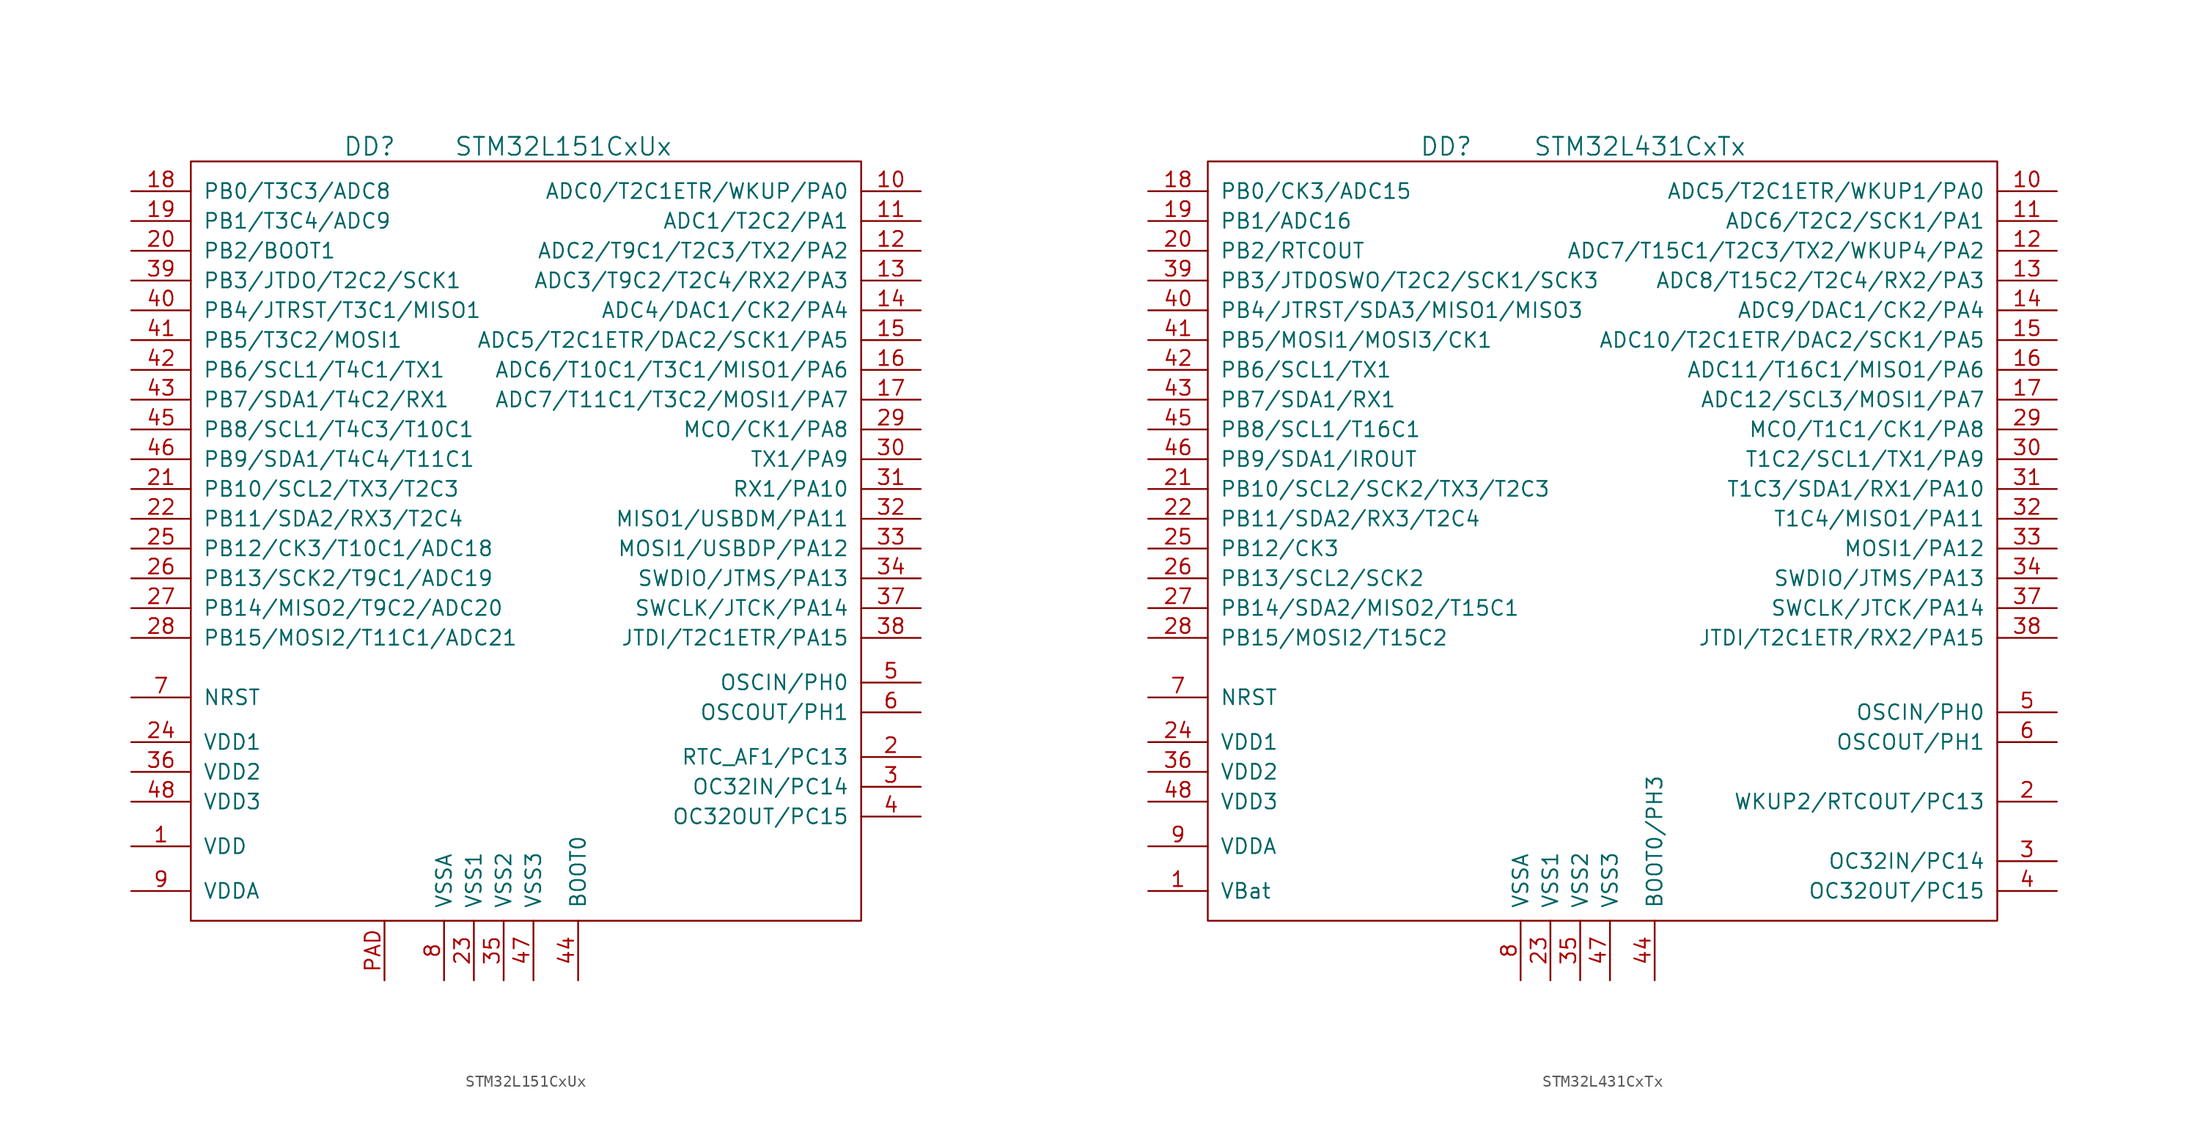
<source format=kicad_sym>
(kicad_symbol_lib
  (version 20201005)
  (generator kicad_symbol_editor)
  (symbol "st_kl:STM32L151CxUx"
    (pin_names
      (offset 1.016))
    (property "Reference" "DD"
      (at -12.7 34.29 0)
      (effects (font (size 1.524 1.524))))
    (property "Value" "STM32L151CxUx"
      (at 3.81 34.29 0)
      (effects (font (size 1.524 1.524))))
    (property "Footprint" ""
      (at 0 0 0)
      (effects (font (size 1.524 1.524))))
    (property "Datasheet" ""
      (at 0 0 0)
      (effects (font (size 1.524 1.524))))
    (symbol "STM32L151CxUx_0_1"
      (rectangle (start 29.21 33.02) (end -27.94 -31.75) (stroke (width 0)) (fill (type none))))
    (symbol "STM32L151CxUx_1_1"
      (pin power_in line (at -33.02 -25.4 0) (length 5.08) (name "VDD" (effects (font (size 1.27 1.27)))) (number "1" (effects (font (size 1.27 1.27)))))
      (pin passive line (at 34.29 30.48 180) (length 5.08) (name "ADC0/T2C1ETR/WKUP/PA0" (effects (font (size 1.27 1.27)))) (number "10" (effects (font (size 1.27 1.27)))))
      (pin passive line (at 34.29 27.94 180) (length 5.08) (name "ADC1/T2C2/PA1" (effects (font (size 1.27 1.27)))) (number "11" (effects (font (size 1.27 1.27)))))
      (pin passive line (at 34.29 25.4 180) (length 5.08) (name "ADC2/T9C1/T2C3/TX2/PA2" (effects (font (size 1.27 1.27)))) (number "12" (effects (font (size 1.27 1.27)))))
      (pin passive line (at 34.29 22.86 180) (length 5.08) (name "ADC3/T9C2/T2C4/RX2/PA3" (effects (font (size 1.27 1.27)))) (number "13" (effects (font (size 1.27 1.27)))))
      (pin passive line (at 34.29 20.32 180) (length 5.08) (name "ADC4/DAC1/CK2/PA4" (effects (font (size 1.27 1.27)))) (number "14" (effects (font (size 1.27 1.27)))))
      (pin passive line (at 34.29 17.78 180) (length 5.08) (name "ADC5/T2C1ETR/DAC2/SCK1/PA5" (effects (font (size 1.27 1.27)))) (number "15" (effects (font (size 1.27 1.27)))))
      (pin passive line (at 34.29 15.24 180) (length 5.08) (name "ADC6/T10C1/T3C1/MISO1/PA6" (effects (font (size 1.27 1.27)))) (number "16" (effects (font (size 1.27 1.27)))))
      (pin passive line (at 34.29 12.7 180) (length 5.08) (name "ADC7/T11C1/T3C2/MOSI1/PA7" (effects (font (size 1.27 1.27)))) (number "17" (effects (font (size 1.27 1.27)))))
      (pin passive line (at -33.02 30.48 0) (length 5.08) (name "PB0/T3C3/ADC8" (effects (font (size 1.27 1.27)))) (number "18" (effects (font (size 1.27 1.27)))))
      (pin passive line (at -33.02 27.94 0) (length 5.08) (name "PB1/T3C4/ADC9" (effects (font (size 1.27 1.27)))) (number "19" (effects (font (size 1.27 1.27)))))
      (pin passive line (at 34.29 -17.78 180) (length 5.08) (name "RTC_AF1/PC13" (effects (font (size 1.27 1.27)))) (number "2" (effects (font (size 1.27 1.27)))))
      (pin passive line (at -33.02 25.4 0) (length 5.08) (name "PB2/BOOT1" (effects (font (size 1.27 1.27)))) (number "20" (effects (font (size 1.27 1.27)))))
      (pin passive line (at -33.02 5.08 0) (length 5.08) (name "PB10/SCL2/TX3/T2C3" (effects (font (size 1.27 1.27)))) (number "21" (effects (font (size 1.27 1.27)))))
      (pin passive line (at -33.02 2.54 0) (length 5.08) (name "PB11/SDA2/RX3/T2C4" (effects (font (size 1.27 1.27)))) (number "22" (effects (font (size 1.27 1.27)))))
      (pin power_in line (at -3.81 -36.83 90) (length 5.08) (name "VSS1" (effects (font (size 1.27 1.27)))) (number "23" (effects (font (size 1.27 1.27)))))
      (pin power_in line (at -33.02 -16.51 0) (length 5.08) (name "VDD1" (effects (font (size 1.27 1.27)))) (number "24" (effects (font (size 1.27 1.27)))))
      (pin passive line (at -33.02 0 0) (length 5.08) (name "PB12/CK3/T10C1/ADC18" (effects (font (size 1.27 1.27)))) (number "25" (effects (font (size 1.27 1.27)))))
      (pin passive line (at -33.02 -2.54 0) (length 5.08) (name "PB13/SCK2/T9C1/ADC19" (effects (font (size 1.27 1.27)))) (number "26" (effects (font (size 1.27 1.27)))))
      (pin passive line (at -33.02 -5.08 0) (length 5.08) (name "PB14/MISO2/T9C2/ADC20" (effects (font (size 1.27 1.27)))) (number "27" (effects (font (size 1.27 1.27)))))
      (pin passive line (at -33.02 -7.62 0) (length 5.08) (name "PB15/MOSI2/T11C1/ADC21" (effects (font (size 1.27 1.27)))) (number "28" (effects (font (size 1.27 1.27)))))
      (pin passive line (at 34.29 10.16 180) (length 5.08) (name "MCO/CK1/PA8" (effects (font (size 1.27 1.27)))) (number "29" (effects (font (size 1.27 1.27)))))
      (pin passive line (at 34.29 -20.32 180) (length 5.08) (name "OC32IN/PC14" (effects (font (size 1.27 1.27)))) (number "3" (effects (font (size 1.27 1.27)))))
      (pin passive line (at 34.29 7.62 180) (length 5.08) (name "TX1/PA9" (effects (font (size 1.27 1.27)))) (number "30" (effects (font (size 1.27 1.27)))))
      (pin passive line (at 34.29 5.08 180) (length 5.08) (name "RX1/PA10" (effects (font (size 1.27 1.27)))) (number "31" (effects (font (size 1.27 1.27)))))
      (pin passive line (at 34.29 2.54 180) (length 5.08) (name "MISO1/USBDM/PA11" (effects (font (size 1.27 1.27)))) (number "32" (effects (font (size 1.27 1.27)))))
      (pin passive line (at 34.29 0 180) (length 5.08) (name "MOSI1/USBDP/PA12" (effects (font (size 1.27 1.27)))) (number "33" (effects (font (size 1.27 1.27)))))
      (pin passive line (at 34.29 -2.54 180) (length 5.08) (name "SWDIO/JTMS/PA13" (effects (font (size 1.27 1.27)))) (number "34" (effects (font (size 1.27 1.27)))))
      (pin power_in line (at -1.27 -36.83 90) (length 5.08) (name "VSS2" (effects (font (size 1.27 1.27)))) (number "35" (effects (font (size 1.27 1.27)))))
      (pin power_in line (at -33.02 -19.05 0) (length 5.08) (name "VDD2" (effects (font (size 1.27 1.27)))) (number "36" (effects (font (size 1.27 1.27)))))
      (pin passive line (at 34.29 -5.08 180) (length 5.08) (name "SWCLK/JTCK/PA14" (effects (font (size 1.27 1.27)))) (number "37" (effects (font (size 1.27 1.27)))))
      (pin passive line (at 34.29 -7.62 180) (length 5.08) (name "JTDI/T2C1ETR/PA15" (effects (font (size 1.27 1.27)))) (number "38" (effects (font (size 1.27 1.27)))))
      (pin passive line (at -33.02 22.86 0) (length 5.08) (name "PB3/JTDO/T2C2/SCK1" (effects (font (size 1.27 1.27)))) (number "39" (effects (font (size 1.27 1.27)))))
      (pin passive line (at 34.29 -22.86 180) (length 5.08) (name "OC32OUT/PC15" (effects (font (size 1.27 1.27)))) (number "4" (effects (font (size 1.27 1.27)))))
      (pin passive line (at -33.02 20.32 0) (length 5.08) (name "PB4/JTRST/T3C1/MISO1" (effects (font (size 1.27 1.27)))) (number "40" (effects (font (size 1.27 1.27)))))
      (pin passive line (at -33.02 17.78 0) (length 5.08) (name "PB5/T3C2/MOSI1" (effects (font (size 1.27 1.27)))) (number "41" (effects (font (size 1.27 1.27)))))
      (pin passive line (at -33.02 15.24 0) (length 5.08) (name "PB6/SCL1/T4C1/TX1" (effects (font (size 1.27 1.27)))) (number "42" (effects (font (size 1.27 1.27)))))
      (pin passive line (at -33.02 12.7 0) (length 5.08) (name "PB7/SDA1/T4C2/RX1" (effects (font (size 1.27 1.27)))) (number "43" (effects (font (size 1.27 1.27)))))
      (pin passive line (at 5.08 -36.83 90) (length 5.08) (name "BOOT0" (effects (font (size 1.27 1.27)))) (number "44" (effects (font (size 1.27 1.27)))))
      (pin passive line (at -33.02 10.16 0) (length 5.08) (name "PB8/SCL1/T4C3/T10C1" (effects (font (size 1.27 1.27)))) (number "45" (effects (font (size 1.27 1.27)))))
      (pin passive line (at -33.02 7.62 0) (length 5.08) (name "PB9/SDA1/T4C4/T11C1" (effects (font (size 1.27 1.27)))) (number "46" (effects (font (size 1.27 1.27)))))
      (pin power_in line (at 1.27 -36.83 90) (length 5.08) (name "VSS3" (effects (font (size 1.27 1.27)))) (number "47" (effects (font (size 1.27 1.27)))))
      (pin power_in line (at -33.02 -21.59 0) (length 5.08) (name "VDD3" (effects (font (size 1.27 1.27)))) (number "48" (effects (font (size 1.27 1.27)))))
      (pin passive line (at 34.29 -11.43 180) (length 5.08) (name "OSCIN/PH0" (effects (font (size 1.27 1.27)))) (number "5" (effects (font (size 1.27 1.27)))))
      (pin passive line (at 34.29 -13.97 180) (length 5.08) (name "OSCOUT/PH1" (effects (font (size 1.27 1.27)))) (number "6" (effects (font (size 1.27 1.27)))))
      (pin passive line (at -33.02 -12.7 0) (length 5.08) (name "NRST" (effects (font (size 1.27 1.27)))) (number "7" (effects (font (size 1.27 1.27)))))
      (pin power_in line (at -6.35 -36.83 90) (length 5.08) (name "VSSA" (effects (font (size 1.27 1.27)))) (number "8" (effects (font (size 1.27 1.27)))))
      (pin power_in line (at -33.02 -29.21 0) (length 5.08) (name "VDDA" (effects (font (size 1.27 1.27)))) (number "9" (effects (font (size 1.27 1.27)))))
      (pin power_in line (at -11.43 -36.83 90) (length 5.08) (name "~" (effects (font (size 1.27 1.27)))) (number "PAD" (effects (font (size 1.27 1.27)))))))
  (symbol "st_kl:STM32L431CxTx"
    (pin_names
      (offset 1.016))
    (property "Reference" "DD"
      (at -12.7 34.29 0)
      (effects (font (size 1.524 1.524))))
    (property "Value" "STM32L431CxTx"
      (at 3.81 34.29 0)
      (effects (font (size 1.524 1.524))))
    (symbol "STM32L431CxTx_0_1"
      (rectangle (start -33.02 33.02) (end 34.29 -31.75) (stroke (width 0)) (fill (type none))))
    (symbol "STM32L431CxTx_1_1"
      (pin power_in line (at -38.1 -29.21 0) (length 5.08) (name "VBat" (effects (font (size 1.27 1.27)))) (number "1" (effects (font (size 1.27 1.27)))))
      (pin passive line (at 39.37 30.48 180) (length 5.08) (name "ADC5/T2C1ETR/WKUP1/PA0" (effects (font (size 1.27 1.27)))) (number "10" (effects (font (size 1.27 1.27)))))
      (pin passive line (at 39.37 27.94 180) (length 5.08) (name "ADC6/T2C2/SCK1/PA1" (effects (font (size 1.27 1.27)))) (number "11" (effects (font (size 1.27 1.27)))))
      (pin passive line (at 39.37 25.4 180) (length 5.08) (name "ADC7/T15C1/T2C3/TX2/WKUP4/PA2" (effects (font (size 1.27 1.27)))) (number "12" (effects (font (size 1.27 1.27)))))
      (pin passive line (at 39.37 22.86 180) (length 5.08) (name "ADC8/T15C2/T2C4/RX2/PA3" (effects (font (size 1.27 1.27)))) (number "13" (effects (font (size 1.27 1.27)))))
      (pin passive line (at 39.37 20.32 180) (length 5.08) (name "ADC9/DAC1/CK2/PA4" (effects (font (size 1.27 1.27)))) (number "14" (effects (font (size 1.27 1.27)))))
      (pin passive line (at 39.37 17.78 180) (length 5.08) (name "ADC10/T2C1ETR/DAC2/SCK1/PA5" (effects (font (size 1.27 1.27)))) (number "15" (effects (font (size 1.27 1.27)))))
      (pin passive line (at 39.37 15.24 180) (length 5.08) (name "ADC11/T16C1/MISO1/PA6" (effects (font (size 1.27 1.27)))) (number "16" (effects (font (size 1.27 1.27)))))
      (pin passive line (at 39.37 12.7 180) (length 5.08) (name "ADC12/SCL3/MOSI1/PA7" (effects (font (size 1.27 1.27)))) (number "17" (effects (font (size 1.27 1.27)))))
      (pin passive line (at -38.1 30.48 0) (length 5.08) (name "PB0/CK3/ADC15" (effects (font (size 1.27 1.27)))) (number "18" (effects (font (size 1.27 1.27)))))
      (pin passive line (at -38.1 27.94 0) (length 5.08) (name "PB1/ADC16" (effects (font (size 1.27 1.27)))) (number "19" (effects (font (size 1.27 1.27)))))
      (pin passive line (at 39.37 -21.59 180) (length 5.08) (name "WKUP2/RTCOUT/PC13" (effects (font (size 1.27 1.27)))) (number "2" (effects (font (size 1.27 1.27)))))
      (pin passive line (at -38.1 25.4 0) (length 5.08) (name "PB2/RTCOUT" (effects (font (size 1.27 1.27)))) (number "20" (effects (font (size 1.27 1.27)))))
      (pin passive line (at -38.1 5.08 0) (length 5.08) (name "PB10/SCL2/SCK2/TX3/T2C3" (effects (font (size 1.27 1.27)))) (number "21" (effects (font (size 1.27 1.27)))))
      (pin passive line (at -38.1 2.54 0) (length 5.08) (name "PB11/SDA2/RX3/T2C4" (effects (font (size 1.27 1.27)))) (number "22" (effects (font (size 1.27 1.27)))))
      (pin power_in line (at -3.81 -36.83 90) (length 5.08) (name "VSS1" (effects (font (size 1.27 1.27)))) (number "23" (effects (font (size 1.27 1.27)))))
      (pin power_in line (at -38.1 -16.51 0) (length 5.08) (name "VDD1" (effects (font (size 1.27 1.27)))) (number "24" (effects (font (size 1.27 1.27)))))
      (pin passive line (at -38.1 0 0) (length 5.08) (name "PB12/CK3" (effects (font (size 1.27 1.27)))) (number "25" (effects (font (size 1.27 1.27)))))
      (pin passive line (at -38.1 -2.54 0) (length 5.08) (name "PB13/SCL2/SCK2" (effects (font (size 1.27 1.27)))) (number "26" (effects (font (size 1.27 1.27)))))
      (pin passive line (at -38.1 -5.08 0) (length 5.08) (name "PB14/SDA2/MISO2/T15C1" (effects (font (size 1.27 1.27)))) (number "27" (effects (font (size 1.27 1.27)))))
      (pin passive line (at -38.1 -7.62 0) (length 5.08) (name "PB15/MOSI2/T15C2" (effects (font (size 1.27 1.27)))) (number "28" (effects (font (size 1.27 1.27)))))
      (pin passive line (at 39.37 10.16 180) (length 5.08) (name "MCO/T1C1/CK1/PA8" (effects (font (size 1.27 1.27)))) (number "29" (effects (font (size 1.27 1.27)))))
      (pin passive line (at 39.37 -26.67 180) (length 5.08) (name "OC32IN/PC14" (effects (font (size 1.27 1.27)))) (number "3" (effects (font (size 1.27 1.27)))))
      (pin passive line (at 39.37 7.62 180) (length 5.08) (name "T1C2/SCL1/TX1/PA9" (effects (font (size 1.27 1.27)))) (number "30" (effects (font (size 1.27 1.27)))))
      (pin passive line (at 39.37 5.08 180) (length 5.08) (name "T1C3/SDA1/RX1/PA10" (effects (font (size 1.27 1.27)))) (number "31" (effects (font (size 1.27 1.27)))))
      (pin passive line (at 39.37 2.54 180) (length 5.08) (name "T1C4/MISO1/PA11" (effects (font (size 1.27 1.27)))) (number "32" (effects (font (size 1.27 1.27)))))
      (pin passive line (at 39.37 0 180) (length 5.08) (name "MOSI1/PA12" (effects (font (size 1.27 1.27)))) (number "33" (effects (font (size 1.27 1.27)))))
      (pin passive line (at 39.37 -2.54 180) (length 5.08) (name "SWDIO/JTMS/PA13" (effects (font (size 1.27 1.27)))) (number "34" (effects (font (size 1.27 1.27)))))
      (pin power_in line (at -1.27 -36.83 90) (length 5.08) (name "VSS2" (effects (font (size 1.27 1.27)))) (number "35" (effects (font (size 1.27 1.27)))))
      (pin power_in line (at -38.1 -19.05 0) (length 5.08) (name "VDD2" (effects (font (size 1.27 1.27)))) (number "36" (effects (font (size 1.27 1.27)))))
      (pin passive line (at 39.37 -5.08 180) (length 5.08) (name "SWCLK/JTCK/PA14" (effects (font (size 1.27 1.27)))) (number "37" (effects (font (size 1.27 1.27)))))
      (pin passive line (at 39.37 -7.62 180) (length 5.08) (name "JTDI/T2C1ETR/RX2/PA15" (effects (font (size 1.27 1.27)))) (number "38" (effects (font (size 1.27 1.27)))))
      (pin passive line (at -38.1 22.86 0) (length 5.08) (name "PB3/JTDOSWO/T2C2/SCK1/SCK3" (effects (font (size 1.27 1.27)))) (number "39" (effects (font (size 1.27 1.27)))))
      (pin passive line (at 39.37 -29.21 180) (length 5.08) (name "OC32OUT/PC15" (effects (font (size 1.27 1.27)))) (number "4" (effects (font (size 1.27 1.27)))))
      (pin passive line (at -38.1 20.32 0) (length 5.08) (name "PB4/JTRST/SDA3/MISO1/MISO3" (effects (font (size 1.27 1.27)))) (number "40" (effects (font (size 1.27 1.27)))))
      (pin passive line (at -38.1 17.78 0) (length 5.08) (name "PB5/MOSI1/MOSI3/CK1" (effects (font (size 1.27 1.27)))) (number "41" (effects (font (size 1.27 1.27)))))
      (pin passive line (at -38.1 15.24 0) (length 5.08) (name "PB6/SCL1/TX1" (effects (font (size 1.27 1.27)))) (number "42" (effects (font (size 1.27 1.27)))))
      (pin passive line (at -38.1 12.7 0) (length 5.08) (name "PB7/SDA1/RX1" (effects (font (size 1.27 1.27)))) (number "43" (effects (font (size 1.27 1.27)))))
      (pin passive line (at 5.08 -36.83 90) (length 5.08) (name "BOOT0/PH3" (effects (font (size 1.27 1.27)))) (number "44" (effects (font (size 1.27 1.27)))))
      (pin passive line (at -38.1 10.16 0) (length 5.08) (name "PB8/SCL1/T16C1" (effects (font (size 1.27 1.27)))) (number "45" (effects (font (size 1.27 1.27)))))
      (pin passive line (at -38.1 7.62 0) (length 5.08) (name "PB9/SDA1/IROUT" (effects (font (size 1.27 1.27)))) (number "46" (effects (font (size 1.27 1.27)))))
      (pin power_in line (at 1.27 -36.83 90) (length 5.08) (name "VSS3" (effects (font (size 1.27 1.27)))) (number "47" (effects (font (size 1.27 1.27)))))
      (pin power_in line (at -38.1 -21.59 0) (length 5.08) (name "VDD3" (effects (font (size 1.27 1.27)))) (number "48" (effects (font (size 1.27 1.27)))))
      (pin passive line (at 39.37 -13.97 180) (length 5.08) (name "OSCIN/PH0" (effects (font (size 1.27 1.27)))) (number "5" (effects (font (size 1.27 1.27)))))
      (pin passive line (at 39.37 -16.51 180) (length 5.08) (name "OSCOUT/PH1" (effects (font (size 1.27 1.27)))) (number "6" (effects (font (size 1.27 1.27)))))
      (pin passive line (at -38.1 -12.7 0) (length 5.08) (name "NRST" (effects (font (size 1.27 1.27)))) (number "7" (effects (font (size 1.27 1.27)))))
      (pin power_in line (at -6.35 -36.83 90) (length 5.08) (name "VSSA" (effects (font (size 1.27 1.27)))) (number "8" (effects (font (size 1.27 1.27)))))
      (pin power_in line (at -38.1 -25.4 0) (length 5.08) (name "VDDA" (effects (font (size 1.27 1.27)))) (number "9" (effects (font (size 1.27 1.27))))))))
</source>
